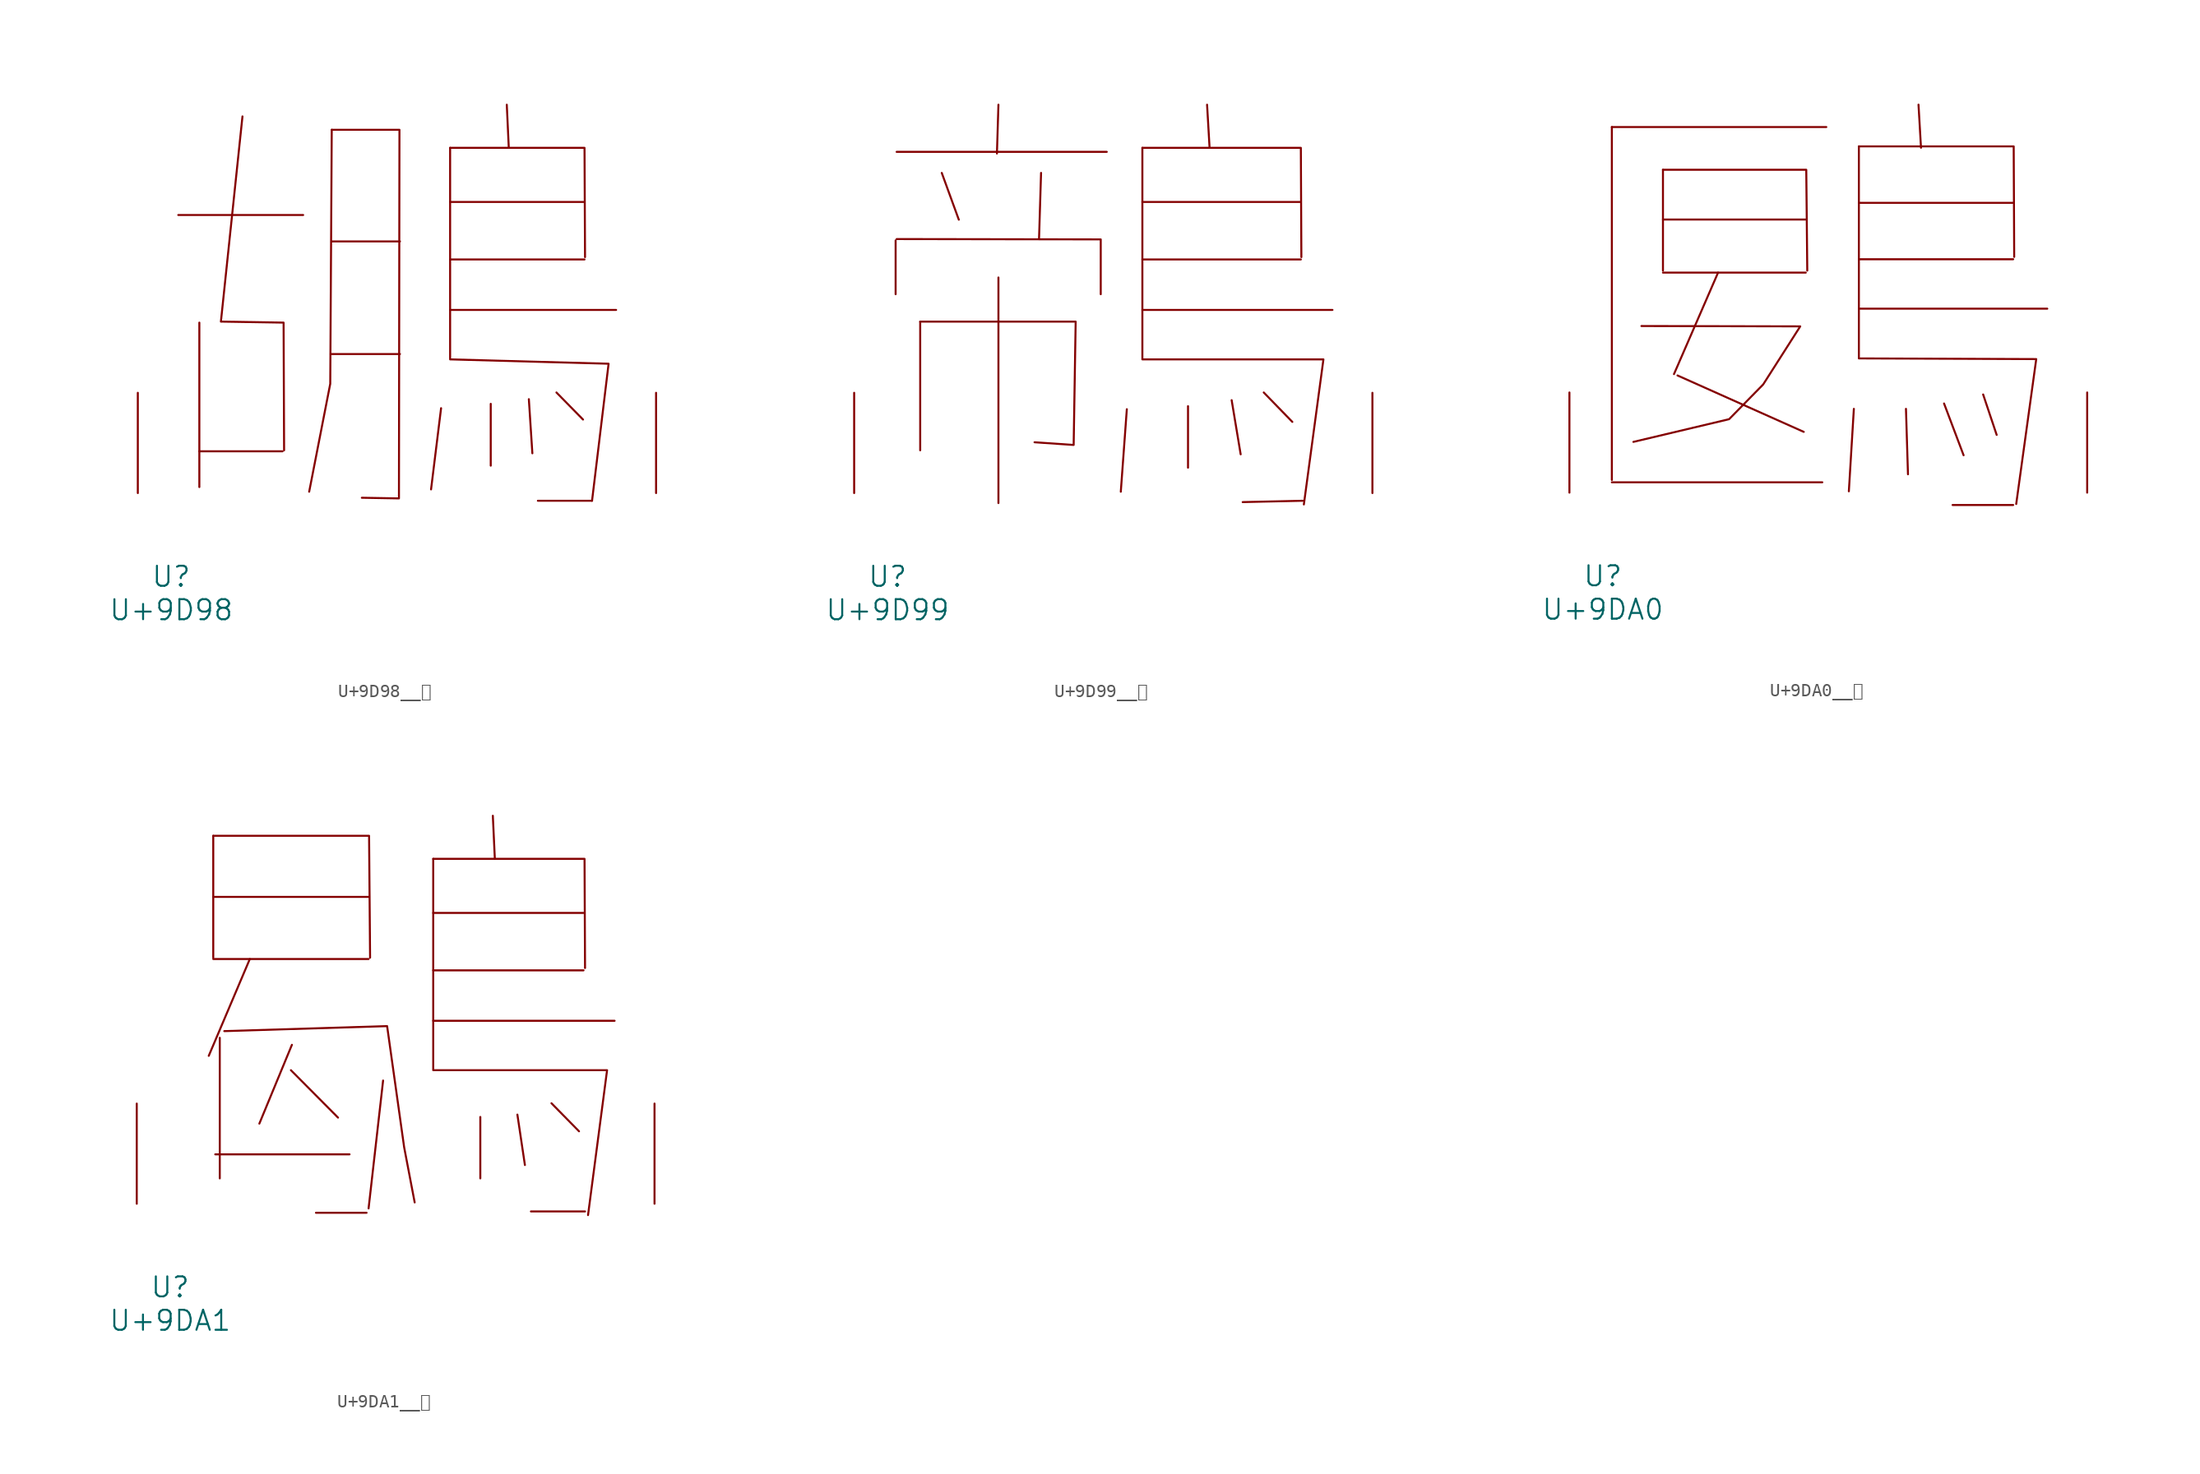
<source format=kicad_sym>
(kicad_symbol_lib
  (version 20231120)
  (generator "kicad_symbol_editor")
  (generator_version "8.0")
  (symbol "U+9D98__鶘"
    (pin_names
      (offset 1.016))
    (property "Reference" "U"
      (at 0 -6.35 0)
      (effects (font (size 1.524 1.524))))
    (property "Value" "U+9D98"
      (at 0 -8.89 0)
      (effects (font (size 1.524 1.524))))
    (symbol "U+9D98__鶘_0_1"
      (polyline (pts (xy 0.533 21.133) (xy 10.02 21.133)) (stroke (width 0) (type solid)) (fill (type none)))
      (polyline (pts (xy 2.134 3.175) (xy 8.458 3.175)) (stroke (width 0) (type solid)) (fill (type none)))
      (polyline (pts (xy 2.134 12.954) (xy 2.134 0.457)) (stroke (width 0) (type solid)) (fill (type none)))
      (polyline (pts (xy 12.192 10.566) (xy 17.374 10.566)) (stroke (width 0) (type solid)) (fill (type none)))
      (polyline (pts (xy 12.192 19.126) (xy 17.374 19.126)) (stroke (width 0) (type solid)) (fill (type none)))
      (polyline (pts (xy 20.498 6.452) (xy 19.736 0.279)) (stroke (width 0) (type solid)) (fill (type none)))
      (polyline (pts (xy 21.184 13.919) (xy 33.795 13.919)) (stroke (width 0) (type solid)) (fill (type none)))
      (polyline (pts (xy 21.184 17.755) (xy 31.394 17.755)) (stroke (width 0) (type solid)) (fill (type none)))
      (polyline (pts (xy 21.184 22.123) (xy 31.394 22.123)) (stroke (width 0) (type solid)) (fill (type none)))
      (polyline (pts (xy 24.27 6.782) (xy 24.27 2.083)) (stroke (width 0) (type solid)) (fill (type none)))
      (polyline (pts (xy 25.489 29.515) (xy 25.641 26.238)) (stroke (width 0) (type solid)) (fill (type none)))
      (polyline (pts (xy 27.165 7.137) (xy 27.432 3.023)) (stroke (width 0) (type solid)) (fill (type none)))
      (polyline (pts (xy 29.261 7.645) (xy 31.28 5.588)) (stroke (width 0) (type solid)) (fill (type none)))
      (polyline (pts (xy 31.966 -0.584) (xy 27.851 -0.584)) (stroke (width 0) (type solid)) (fill (type none)))
      (polyline (pts (xy 12.192 27.61) (xy 12.078 8.306) (xy 10.477 0.102)) (stroke (width 0) (type solid)) (fill (type none)))
      (polyline (pts (xy 21.184 26.238) (xy 31.394 26.238) (xy 31.433 17.932)) (stroke (width 0) (type solid)) (fill (type none)))
      (polyline (pts (xy 5.41 28.626) (xy 3.772 13.03) (xy 8.534 12.954) (xy 8.572 3.251)) (stroke (width 0) (type solid)) (fill (type none)))
      (polyline (pts (xy 12.192 27.61) (xy 17.335 27.61) (xy 17.297 -0.406) (xy 14.478 -0.356)) (stroke (width 0) (type solid)) (fill (type none)))
      (polyline (pts (xy 21.184 26.238) (xy 21.184 10.16) (xy 33.223 9.83) (xy 31.966 -0.584)) (stroke (width 0) (type solid)) (fill (type none)))
      (pin input line (at -2.54 0 90) (length 7.62) (name "~" (effects (font (size 1.27 1.27)))) (number "~" (effects (font (size 1.27 1.27)))))
      (pin input line (at 36.83 0 90) (length 7.62) (name "~" (effects (font (size 1.27 1.27)))) (number "~" (effects (font (size 1.27 1.27)))))))
  (symbol "U+9D99__鶙"
    (pin_names
      (offset 1.016))
    (property "Reference" "U"
      (at 0 -6.35 0)
      (effects (font (size 1.524 1.524))))
    (property "Value" "U+9D99"
      (at 0 -8.89 0)
      (effects (font (size 1.524 1.524))))
    (symbol "U+9D99__鶙_0_1"
      (polyline (pts (xy 0.61 19.202) (xy 0.61 15.113)) (stroke (width 0) (type solid)) (fill (type none)))
      (polyline (pts (xy 0.686 25.933) (xy 16.65 25.933)) (stroke (width 0) (type solid)) (fill (type none)))
      (polyline (pts (xy 2.477 13.03) (xy 2.477 3.251)) (stroke (width 0) (type solid)) (fill (type none)))
      (polyline (pts (xy 4.115 24.333) (xy 5.41 20.777)) (stroke (width 0) (type solid)) (fill (type none)))
      (polyline (pts (xy 8.42 16.383) (xy 8.42 -0.762)) (stroke (width 0) (type solid)) (fill (type none)))
      (polyline (pts (xy 8.42 29.515) (xy 8.306 25.806)) (stroke (width 0) (type solid)) (fill (type none)))
      (polyline (pts (xy 11.659 24.333) (xy 11.506 19.38)) (stroke (width 0) (type solid)) (fill (type none)))
      (polyline (pts (xy 18.174 6.375) (xy 17.716 0.102)) (stroke (width 0) (type solid)) (fill (type none)))
      (polyline (pts (xy 19.355 13.919) (xy 33.795 13.919)) (stroke (width 0) (type solid)) (fill (type none)))
      (polyline (pts (xy 19.355 17.755) (xy 31.394 17.755)) (stroke (width 0) (type solid)) (fill (type none)))
      (polyline (pts (xy 19.355 22.123) (xy 31.394 22.123)) (stroke (width 0) (type solid)) (fill (type none)))
      (polyline (pts (xy 22.822 6.604) (xy 22.822 1.93)) (stroke (width 0) (type solid)) (fill (type none)))
      (polyline (pts (xy 24.27 29.515) (xy 24.46 26.238)) (stroke (width 0) (type solid)) (fill (type none)))
      (polyline (pts (xy 26.137 7.061) (xy 26.822 2.946)) (stroke (width 0) (type solid)) (fill (type none)))
      (polyline (pts (xy 28.575 7.645) (xy 30.747 5.41)) (stroke (width 0) (type solid)) (fill (type none)))
      (polyline (pts (xy 31.547 -0.584) (xy 26.975 -0.686)) (stroke (width 0) (type solid)) (fill (type none)))
      (polyline (pts (xy 0.686 19.304) (xy 16.192 19.279) (xy 16.192 15.113)) (stroke (width 0) (type solid)) (fill (type none)))
      (polyline (pts (xy 19.355 26.238) (xy 31.394 26.238) (xy 31.433 17.932)) (stroke (width 0) (type solid)) (fill (type none)))
      (polyline (pts (xy 2.477 13.03) (xy 14.287 13.03) (xy 14.135 3.658) (xy 11.163 3.861)) (stroke (width 0) (type solid)) (fill (type none)))
      (polyline (pts (xy 19.355 26.238) (xy 19.355 10.16) (xy 33.109 10.16) (xy 31.623 -0.864)) (stroke (width 0) (type solid)) (fill (type none)))
      (pin input line (at -2.54 0 90) (length 7.62) (name "~" (effects (font (size 1.27 1.27)))) (number "~" (effects (font (size 1.27 1.27)))))
      (pin input line (at 36.83 0 90) (length 7.62) (name "~" (effects (font (size 1.27 1.27)))) (number "~" (effects (font (size 1.27 1.27)))))))
  (symbol "U+9DA0__鶠"
    (pin_names
      (offset 1.016))
    (property "Reference" "U"
      (at 0 -6.35 0)
      (effects (font (size 1.524 1.524))))
    (property "Value" "U+9DA0"
      (at 0 -8.89 0)
      (effects (font (size 1.524 1.524))))
    (symbol "U+9DA0__鶠_0_1"
      (polyline (pts (xy 0.686 0.787) (xy 16.688 0.787)) (stroke (width 0) (type solid)) (fill (type none)))
      (polyline (pts (xy 0.686 27.813) (xy 0.686 0.965)) (stroke (width 0) (type solid)) (fill (type none)))
      (polyline (pts (xy 0.686 27.813) (xy 16.993 27.813)) (stroke (width 0) (type solid)) (fill (type none)))
      (polyline (pts (xy 4.572 16.739) (xy 15.431 16.739)) (stroke (width 0) (type solid)) (fill (type none)))
      (polyline (pts (xy 4.572 20.777) (xy 15.431 20.777)) (stroke (width 0) (type solid)) (fill (type none)))
      (polyline (pts (xy 4.572 24.562) (xy 4.572 16.891)) (stroke (width 0) (type solid)) (fill (type none)))
      (polyline (pts (xy 5.677 8.915) (xy 15.278 4.623)) (stroke (width 0) (type solid)) (fill (type none)))
      (polyline (pts (xy 8.763 16.739) (xy 5.41 9.017)) (stroke (width 0) (type solid)) (fill (type none)))
      (polyline (pts (xy 19.088 6.375) (xy 18.707 0.102)) (stroke (width 0) (type solid)) (fill (type none)))
      (polyline (pts (xy 19.469 13.995) (xy 33.795 13.995)) (stroke (width 0) (type solid)) (fill (type none)))
      (polyline (pts (xy 19.469 17.755) (xy 31.204 17.755)) (stroke (width 0) (type solid)) (fill (type none)))
      (polyline (pts (xy 19.469 22.047) (xy 31.204 22.047)) (stroke (width 0) (type solid)) (fill (type none)))
      (polyline (pts (xy 23.05 6.375) (xy 23.203 1.397)) (stroke (width 0) (type solid)) (fill (type none)))
      (polyline (pts (xy 24.003 29.515) (xy 24.194 26.238)) (stroke (width 0) (type solid)) (fill (type none)))
      (polyline (pts (xy 25.946 6.782) (xy 27.432 2.845)) (stroke (width 0) (type solid)) (fill (type none)))
      (polyline (pts (xy 26.594 -0.94) (xy 31.204 -0.94)) (stroke (width 0) (type solid)) (fill (type none)))
      (polyline (pts (xy 28.918 7.468) (xy 29.947 4.394)) (stroke (width 0) (type solid)) (fill (type none)))
      (polyline (pts (xy 4.572 24.562) (xy 15.469 24.562) (xy 15.545 16.891)) (stroke (width 0) (type solid)) (fill (type none)))
      (polyline (pts (xy 19.469 26.34) (xy 31.242 26.34) (xy 31.28 17.932)) (stroke (width 0) (type solid)) (fill (type none)))
      (polyline (pts (xy 19.469 26.34) (xy 19.469 10.211) (xy 32.956 10.16) (xy 31.433 -0.864)) (stroke (width 0) (type solid)) (fill (type none)))
      (polyline (pts (xy 2.934 12.675) (xy 15.011 12.649) (xy 12.192 8.23) (xy 9.601 5.588) (xy 2.324 3.861)) (stroke (width 0) (type solid)) (fill (type none)))
      (pin input line (at -2.54 0 90) (length 7.62) (name "~" (effects (font (size 1.27 1.27)))) (number "~" (effects (font (size 1.27 1.27)))))
      (pin input line (at 36.83 0 90) (length 7.62) (name "~" (effects (font (size 1.27 1.27)))) (number "~" (effects (font (size 1.27 1.27)))))))
  (symbol "U+9DA1__鶡"
    (pin_names
      (offset 1.016))
    (property "Reference" "U"
      (at 0 -6.35 0)
      (effects (font (size 1.524 1.524))))
    (property "Value" "U+9DA1"
      (at 0 -8.89 0)
      (effects (font (size 1.524 1.524))))
    (symbol "U+9DA1__鶡_0_1"
      (polyline (pts (xy 3.277 18.618) (xy 15.088 18.618)) (stroke (width 0) (type solid)) (fill (type none)))
      (polyline (pts (xy 3.277 23.343) (xy 15.088 23.343)) (stroke (width 0) (type solid)) (fill (type none)))
      (polyline (pts (xy 3.277 27.991) (xy 3.277 18.72)) (stroke (width 0) (type solid)) (fill (type none)))
      (polyline (pts (xy 3.429 3.759) (xy 13.64 3.759)) (stroke (width 0) (type solid)) (fill (type none)))
      (polyline (pts (xy 3.772 12.624) (xy 3.772 1.93)) (stroke (width 0) (type solid)) (fill (type none)))
      (polyline (pts (xy 6.058 18.618) (xy 2.934 11.252)) (stroke (width 0) (type solid)) (fill (type none)))
      (polyline (pts (xy 9.182 10.16) (xy 12.764 6.553)) (stroke (width 0) (type solid)) (fill (type none)))
      (polyline (pts (xy 9.258 12.09) (xy 6.782 6.096)) (stroke (width 0) (type solid)) (fill (type none)))
      (polyline (pts (xy 11.087 -0.686) (xy 14.935 -0.686)) (stroke (width 0) (type solid)) (fill (type none)))
      (polyline (pts (xy 16.192 9.373) (xy 15.088 -0.356)) (stroke (width 0) (type solid)) (fill (type none)))
      (polyline (pts (xy 20.003 13.919) (xy 33.795 13.919)) (stroke (width 0) (type solid)) (fill (type none)))
      (polyline (pts (xy 20.003 17.755) (xy 31.433 17.755)) (stroke (width 0) (type solid)) (fill (type none)))
      (polyline (pts (xy 20.003 22.123) (xy 31.433 22.123)) (stroke (width 0) (type solid)) (fill (type none)))
      (polyline (pts (xy 23.584 6.604) (xy 23.584 1.93)) (stroke (width 0) (type solid)) (fill (type none)))
      (polyline (pts (xy 24.536 29.515) (xy 24.689 26.238)) (stroke (width 0) (type solid)) (fill (type none)))
      (polyline (pts (xy 26.403 6.782) (xy 26.975 2.946)) (stroke (width 0) (type solid)) (fill (type none)))
      (polyline (pts (xy 28.994 7.645) (xy 31.09 5.512)) (stroke (width 0) (type solid)) (fill (type none)))
      (polyline (pts (xy 31.547 -0.584) (xy 27.432 -0.584)) (stroke (width 0) (type solid)) (fill (type none)))
      (polyline (pts (xy 3.277 27.991) (xy 15.126 27.991) (xy 15.202 18.72)) (stroke (width 0) (type solid)) (fill (type none)))
      (polyline (pts (xy 20.003 26.238) (xy 31.509 26.238) (xy 31.547 17.932)) (stroke (width 0) (type solid)) (fill (type none)))
      (polyline (pts (xy 4.115 13.132) (xy 16.497 13.513) (xy 17.793 4.293) (xy 18.593 0.102)) (stroke (width 0) (type solid)) (fill (type none)))
      (polyline (pts (xy 20.003 26.238) (xy 20.003 10.16) (xy 33.223 10.16) (xy 31.775 -0.864)) (stroke (width 0) (type solid)) (fill (type none)))
      (pin input line (at -2.54 0 90) (length 7.62) (name "~" (effects (font (size 1.27 1.27)))) (number "~" (effects (font (size 1.27 1.27)))))
      (pin input line (at 36.83 0 90) (length 7.62) (name "~" (effects (font (size 1.27 1.27)))) (number "~" (effects (font (size 1.27 1.27))))))))
</source>
